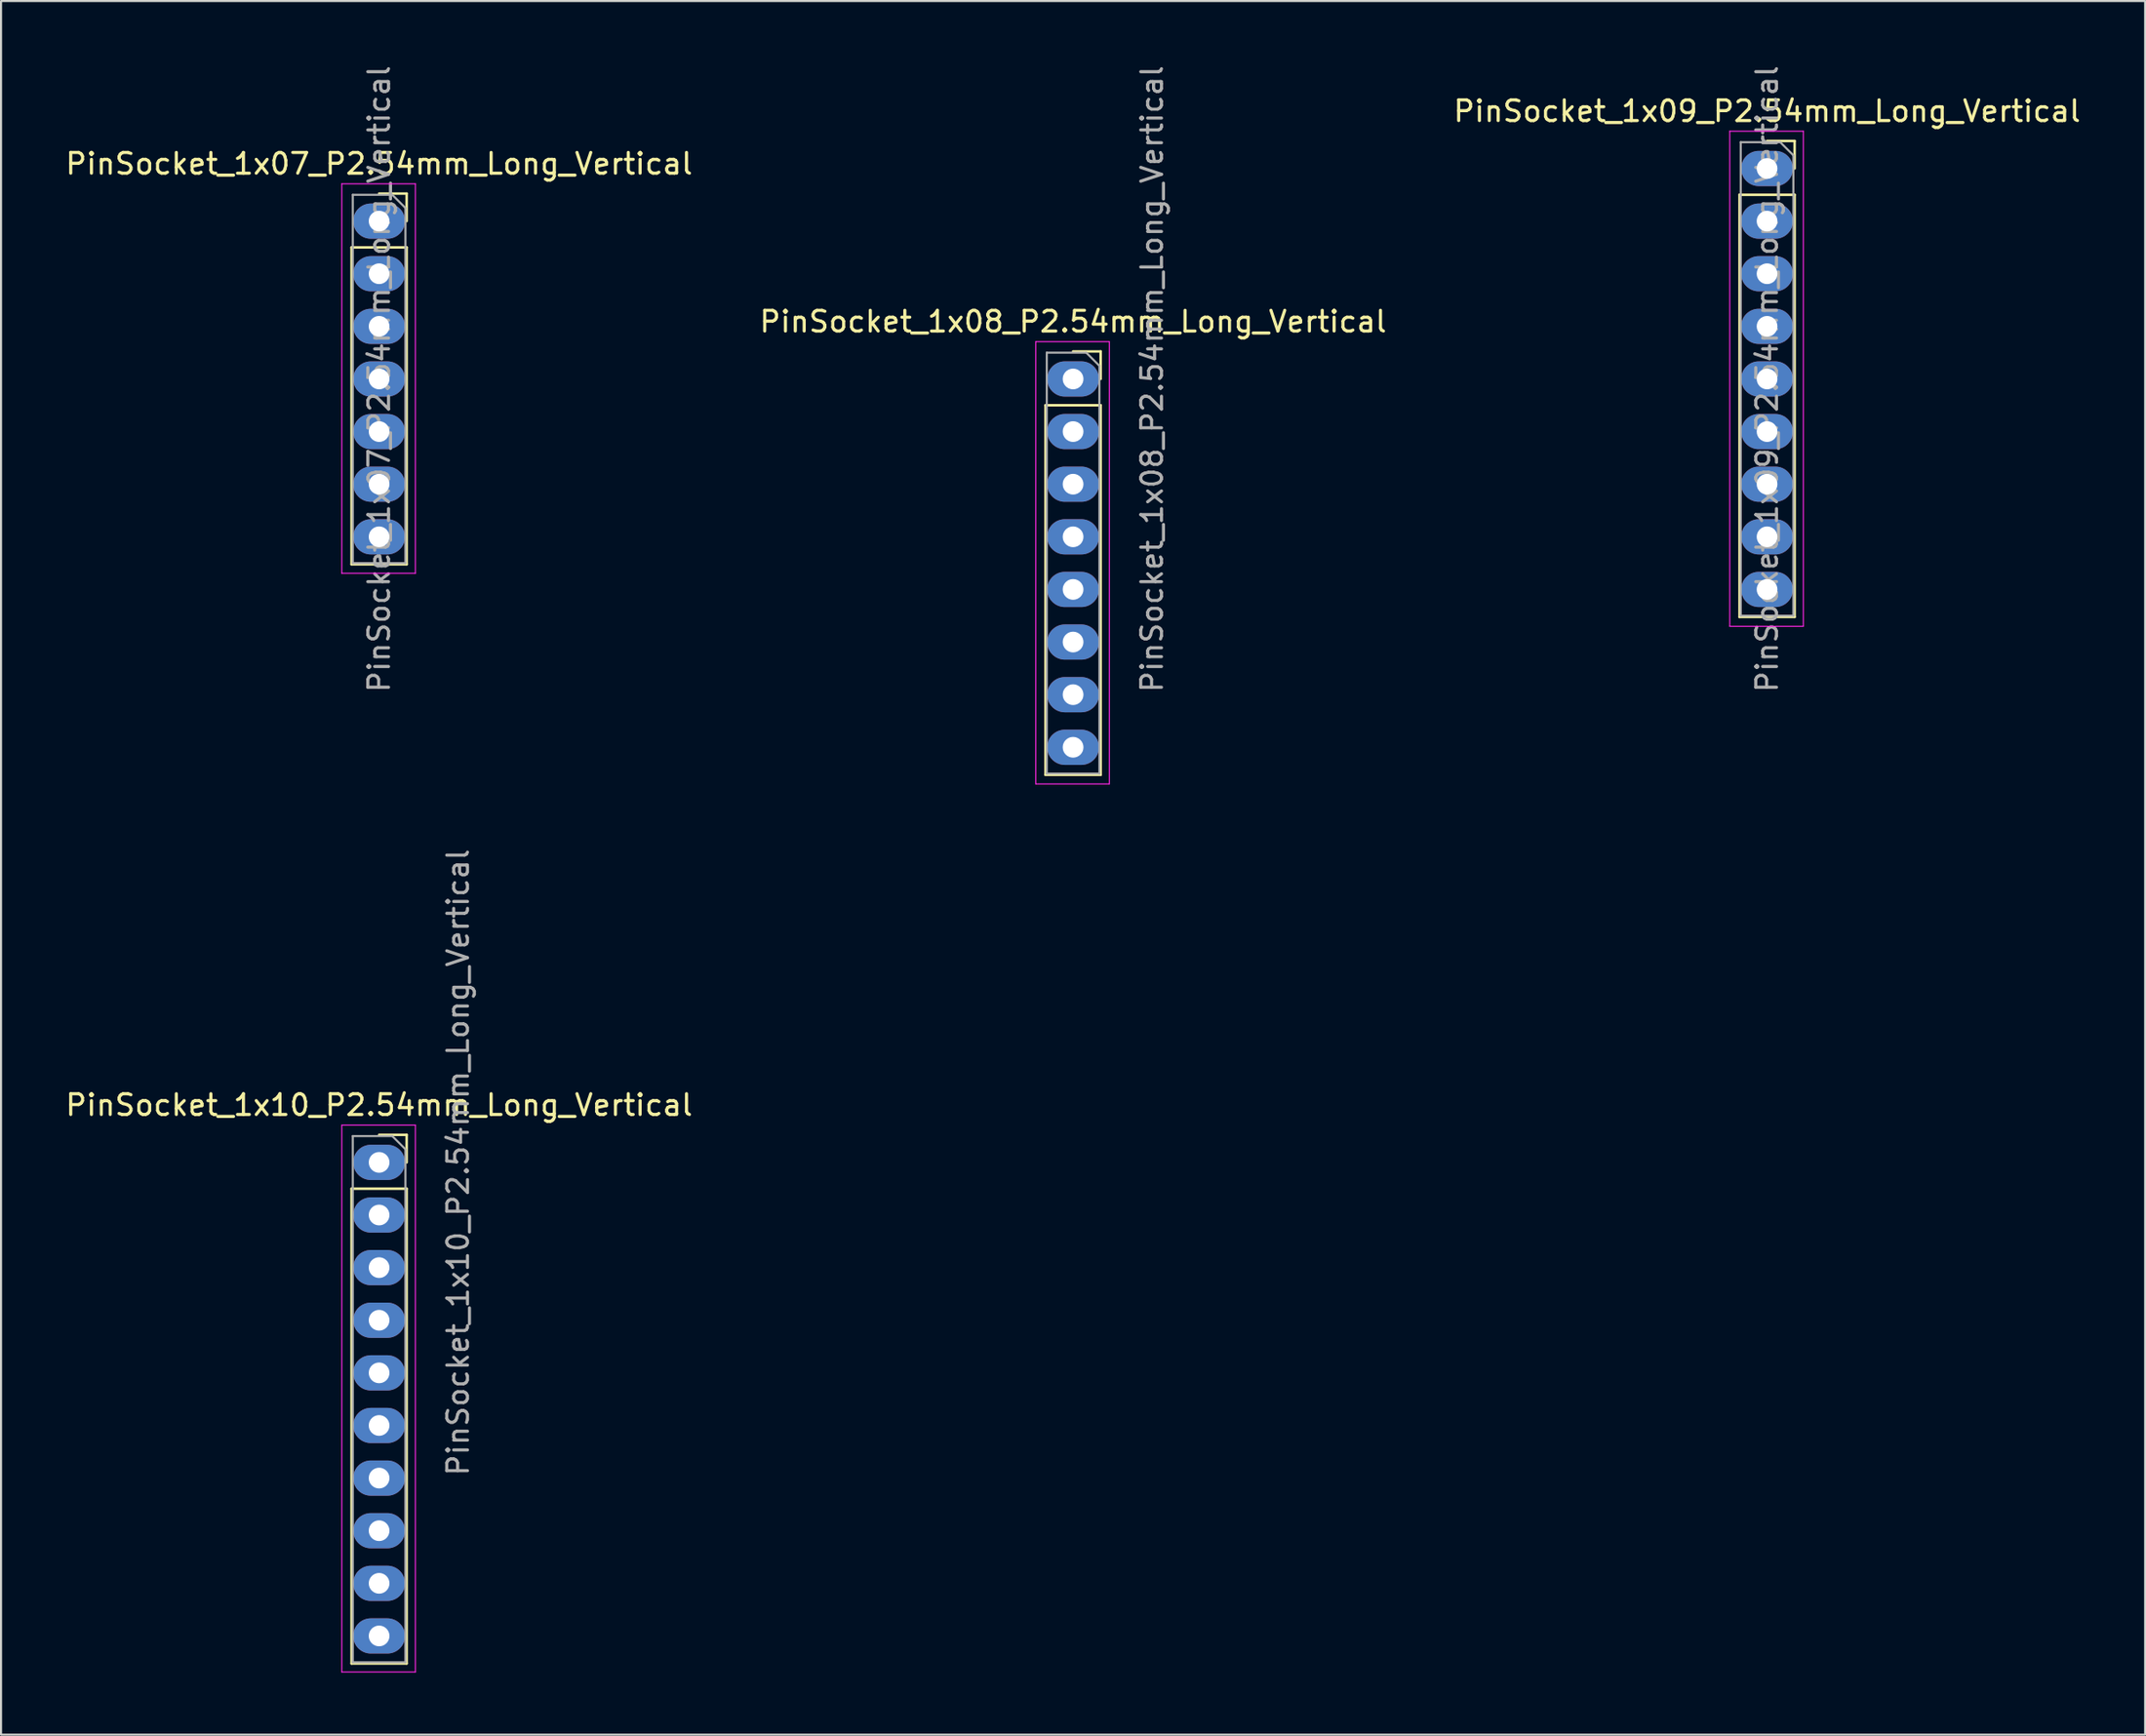
<source format=kicad_pcb>
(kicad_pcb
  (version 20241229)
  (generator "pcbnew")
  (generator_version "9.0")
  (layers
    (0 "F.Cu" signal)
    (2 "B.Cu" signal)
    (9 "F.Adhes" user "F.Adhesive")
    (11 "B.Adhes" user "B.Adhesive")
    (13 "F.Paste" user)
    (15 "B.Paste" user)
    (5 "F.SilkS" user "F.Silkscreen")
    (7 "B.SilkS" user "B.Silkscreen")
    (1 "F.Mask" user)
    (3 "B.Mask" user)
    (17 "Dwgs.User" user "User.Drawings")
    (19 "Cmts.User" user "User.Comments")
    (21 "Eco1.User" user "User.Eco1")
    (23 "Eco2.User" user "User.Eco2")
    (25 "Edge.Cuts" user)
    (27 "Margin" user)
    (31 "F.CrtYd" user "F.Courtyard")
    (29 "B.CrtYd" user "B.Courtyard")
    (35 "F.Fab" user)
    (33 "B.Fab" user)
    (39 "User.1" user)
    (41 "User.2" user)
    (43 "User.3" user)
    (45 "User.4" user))
  (footprint "PinSocket_1x08_P2.54mm_Long_Vertical"
    (layer "F.Cu")
    (at 48.732 15.244)
    (property "Reference" "PinSocket_1x08_P2.54mm_Long_Vertical" (at 0 -2.77 0) (layer "F.SilkS") (effects (font (size 1 1) (thickness 0.15))))
    (attr through_hole)
    (fp_line (start -1.33 1.27) (end -1.33 19.11) (stroke (width 0.12) (type solid)) (layer "F.SilkS"))
    (fp_line (start -1.33 1.27) (end 1.33 1.27) (stroke (width 0.12) (type solid)) (layer "F.SilkS"))
    (fp_line (start -1.33 19.11) (end 1.33 19.11) (stroke (width 0.12) (type solid)) (layer "F.SilkS"))
    (fp_line (start 0 -1.33) (end 1.33 -1.33) (stroke (width 0.12) (type solid)) (layer "F.SilkS"))
    (fp_line (start 1.33 -1.33) (end 1.33 0) (stroke (width 0.12) (type solid)) (layer "F.SilkS"))
    (fp_line (start 1.33 1.27) (end 1.33 19.11) (stroke (width 0.12) (type solid)) (layer "F.SilkS"))
    (fp_line (start -1.8 -1.8) (end 1.75 -1.8) (stroke (width 0.05) (type solid)) (layer "F.CrtYd"))
    (fp_line (start -1.8 19.55) (end -1.8 -1.8) (stroke (width 0.05) (type solid)) (layer "F.CrtYd"))
    (fp_line (start 1.75 -1.8) (end 1.75 19.55) (stroke (width 0.05) (type solid)) (layer "F.CrtYd"))
    (fp_line (start 1.75 19.55) (end -1.8 19.55) (stroke (width 0.05) (type solid)) (layer "F.CrtYd"))
    (fp_line (start -1.27 -1.27) (end 0.635 -1.27) (stroke (width 0.1) (type solid)) (layer "F.Fab"))
    (fp_line (start -1.27 19.05) (end -1.27 -1.27) (stroke (width 0.1) (type solid)) (layer "F.Fab"))
    (fp_line (start 0.635 -1.27) (end 1.27 -0.635) (stroke (width 0.1) (type solid)) (layer "F.Fab"))
    (fp_line (start 1.27 -0.635) (end 1.27 19.05) (stroke (width 0.1) (type solid)) (layer "F.Fab"))
    (fp_line (start 1.27 19.05) (end -1.27 19.05) (stroke (width 0.1) (type solid)) (layer "F.Fab"))
    (fp_text user "${REFERENCE}" (at 3.81 0 270) (layer "F.Fab") (effects (font (size 1 1) (thickness 0.15))))
    (pad "1" thru_hole oval (at 0 0) (size 2.5 1.7) (drill 1) (layers "*.Cu" "*.Mask"))
    (pad "2" thru_hole oval (at 0 2.54) (size 2.5 1.7) (drill 1) (layers "*.Cu" "*.Mask"))
    (pad "3" thru_hole oval (at 0 5.08) (size 2.5 1.7) (drill 1) (layers "*.Cu" "*.Mask"))
    (pad "4" thru_hole oval (at 0 7.62) (size 2.5 1.7) (drill 1) (layers "*.Cu" "*.Mask"))
    (pad "5" thru_hole oval (at 0 10.16) (size 2.5 1.7) (drill 1) (layers "*.Cu" "*.Mask"))
    (pad "6" thru_hole oval (at 0 12.7) (size 2.5 1.7) (drill 1) (layers "*.Cu" "*.Mask"))
    (pad "7" thru_hole oval (at 0 15.24) (size 2.5 1.7) (drill 1) (layers "*.Cu" "*.Mask"))
    (pad "8" thru_hole oval (at 0 17.78) (size 2.5 1.7) (drill 1) (layers "*.Cu" "*.Mask")))
  (footprint "PinSocket_1x09_P2.54mm_Long_Vertical"
    (layer "F.Cu")
    (at 82.22 5.084)
    (property "Reference" "PinSocket_1x09_P2.54mm_Long_Vertical" (at 0 -2.77 0) (layer "F.SilkS") (effects (font (size 1 1) (thickness 0.15))))
    (attr through_hole)
    (fp_line (start -1.33 1.27) (end -1.33 21.65) (stroke (width 0.12) (type solid)) (layer "F.SilkS"))
    (fp_line (start -1.33 1.27) (end 1.33 1.27) (stroke (width 0.12) (type solid)) (layer "F.SilkS"))
    (fp_line (start -1.33 21.65) (end 1.33 21.65) (stroke (width 0.12) (type solid)) (layer "F.SilkS"))
    (fp_line (start 0 -1.33) (end 1.33 -1.33) (stroke (width 0.12) (type solid)) (layer "F.SilkS"))
    (fp_line (start 1.33 -1.33) (end 1.33 0) (stroke (width 0.12) (type solid)) (layer "F.SilkS"))
    (fp_line (start 1.33 1.27) (end 1.33 21.65) (stroke (width 0.12) (type solid)) (layer "F.SilkS"))
    (fp_line (start -1.8 -1.8) (end 1.75 -1.8) (stroke (width 0.05) (type solid)) (layer "F.CrtYd"))
    (fp_line (start -1.8 22.1) (end -1.8 -1.8) (stroke (width 0.05) (type solid)) (layer "F.CrtYd"))
    (fp_line (start 1.75 -1.8) (end 1.75 22.1) (stroke (width 0.05) (type solid)) (layer "F.CrtYd"))
    (fp_line (start 1.75 22.1) (end -1.8 22.1) (stroke (width 0.05) (type solid)) (layer "F.CrtYd"))
    (fp_line (start -1.27 -1.27) (end 0.635 -1.27) (stroke (width 0.1) (type solid)) (layer "F.Fab"))
    (fp_line (start -1.27 21.59) (end -1.27 -1.27) (stroke (width 0.1) (type solid)) (layer "F.Fab"))
    (fp_line (start 0.635 -1.27) (end 1.27 -0.635) (stroke (width 0.1) (type solid)) (layer "F.Fab"))
    (fp_line (start 1.27 -0.635) (end 1.27 21.59) (stroke (width 0.1) (type solid)) (layer "F.Fab"))
    (fp_line (start 1.27 21.59) (end -1.27 21.59) (stroke (width 0.1) (type solid)) (layer "F.Fab"))
    (fp_text user "${REFERENCE}" (at 0 10.16 90) (layer "F.Fab") (effects (font (size 1 1) (thickness 0.15))))
    (pad "1" thru_hole oval (at 0 0) (size 2.5 1.7) (drill 1) (layers "*.Cu" "*.Mask"))
    (pad "2" thru_hole oval (at 0 2.54) (size 2.5 1.7) (drill 1) (layers "*.Cu" "*.Mask"))
    (pad "3" thru_hole oval (at 0 5.08) (size 2.5 1.7) (drill 1) (layers "*.Cu" "*.Mask"))
    (pad "4" thru_hole oval (at 0 7.62) (size 2.5 1.7) (drill 1) (layers "*.Cu" "*.Mask"))
    (pad "5" thru_hole oval (at 0 10.16) (size 2.5 1.7) (drill 1) (layers "*.Cu" "*.Mask"))
    (pad "6" thru_hole oval (at 0 12.7) (size 2.5 1.7) (drill 1) (layers "*.Cu" "*.Mask"))
    (pad "7" thru_hole oval (at 0 15.24) (size 2.5 1.7) (drill 1) (layers "*.Cu" "*.Mask"))
    (pad "8" thru_hole oval (at 0 17.78) (size 2.5 1.7) (drill 1) (layers "*.Cu" "*.Mask"))
    (pad "9" thru_hole oval (at 0 20.32) (size 2.5 1.7) (drill 1) (layers "*.Cu" "*.Mask")))
  (footprint "PinSocket_1x10_P2.54mm_Long_Vertical"
    (layer "F.Cu")
    (at 15.244 53.063)
    (property "Reference" "PinSocket_1x10_P2.54mm_Long_Vertical" (at 0 -2.77 0) (layer "F.SilkS") (effects (font (size 1 1) (thickness 0.15))))
    (attr through_hole)
    (fp_line (start -1.33 1.27) (end -1.33 24.19) (stroke (width 0.12) (type solid)) (layer "F.SilkS"))
    (fp_line (start -1.33 1.27) (end 1.33 1.27) (stroke (width 0.12) (type solid)) (layer "F.SilkS"))
    (fp_line (start -1.33 24.19) (end 1.33 24.19) (stroke (width 0.12) (type solid)) (layer "F.SilkS"))
    (fp_line (start 0 -1.33) (end 1.33 -1.33) (stroke (width 0.12) (type solid)) (layer "F.SilkS"))
    (fp_line (start 1.33 -1.33) (end 1.33 0) (stroke (width 0.12) (type solid)) (layer "F.SilkS"))
    (fp_line (start 1.33 1.27) (end 1.33 24.19) (stroke (width 0.12) (type solid)) (layer "F.SilkS"))
    (fp_line (start -1.8 -1.8) (end 1.75 -1.8) (stroke (width 0.05) (type solid)) (layer "F.CrtYd"))
    (fp_line (start -1.8 24.6) (end -1.8 -1.8) (stroke (width 0.05) (type solid)) (layer "F.CrtYd"))
    (fp_line (start 1.75 -1.8) (end 1.75 24.6) (stroke (width 0.05) (type solid)) (layer "F.CrtYd"))
    (fp_line (start 1.75 24.6) (end -1.8 24.6) (stroke (width 0.05) (type solid)) (layer "F.CrtYd"))
    (fp_line (start -1.27 -1.27) (end 0.635 -1.27) (stroke (width 0.1) (type solid)) (layer "F.Fab"))
    (fp_line (start -1.27 24.13) (end -1.27 -1.27) (stroke (width 0.1) (type solid)) (layer "F.Fab"))
    (fp_line (start 0.635 -1.27) (end 1.27 -0.635) (stroke (width 0.1) (type solid)) (layer "F.Fab"))
    (fp_line (start 1.27 -0.635) (end 1.27 24.13) (stroke (width 0.1) (type solid)) (layer "F.Fab"))
    (fp_line (start 1.27 24.13) (end -1.27 24.13) (stroke (width 0.1) (type solid)) (layer "F.Fab"))
    (fp_text user "${REFERENCE}" (at 3.81 0 270) (layer "F.Fab") (effects (font (size 1 1) (thickness 0.15))))
    (pad "1" thru_hole oval (at 0 0) (size 2.5 1.7) (drill 1) (layers "*.Cu" "*.Mask"))
    (pad "2" thru_hole oval (at 0 2.54) (size 2.5 1.7) (drill 1) (layers "*.Cu" "*.Mask"))
    (pad "3" thru_hole oval (at 0 5.08) (size 2.5 1.7) (drill 1) (layers "*.Cu" "*.Mask"))
    (pad "4" thru_hole oval (at 0 7.62) (size 2.5 1.7) (drill 1) (layers "*.Cu" "*.Mask"))
    (pad "5" thru_hole oval (at 0 10.16) (size 2.5 1.7) (drill 1) (layers "*.Cu" "*.Mask"))
    (pad "6" thru_hole oval (at 0 12.7) (size 2.5 1.7) (drill 1) (layers "*.Cu" "*.Mask"))
    (pad "7" thru_hole oval (at 0 15.24) (size 2.5 1.7) (drill 1) (layers "*.Cu" "*.Mask"))
    (pad "8" thru_hole oval (at 0 17.78) (size 2.5 1.7) (drill 1) (layers "*.Cu" "*.Mask"))
    (pad "9" thru_hole oval (at 0 20.32) (size 2.5 1.7) (drill 1) (layers "*.Cu" "*.Mask"))
    (pad "10" thru_hole oval (at 0 22.86) (size 2.5 1.7) (drill 1) (layers "*.Cu" "*.Mask")))
  (footprint "PinSocket_1x07_P2.54mm_Long_Vertical"
    (layer "F.Cu")
    (at 15.244 7.624)
    (property "Reference" "PinSocket_1x07_P2.54mm_Long_Vertical" (at 0 -2.77 0) (layer "F.SilkS") (effects (font (size 1 1) (thickness 0.15))))
    (attr through_hole)
    (fp_line (start -1.33 1.27) (end -1.33 16.57) (stroke (width 0.12) (type solid)) (layer "F.SilkS"))
    (fp_line (start -1.33 1.27) (end 1.33 1.27) (stroke (width 0.12) (type solid)) (layer "F.SilkS"))
    (fp_line (start -1.33 16.57) (end 1.33 16.57) (stroke (width 0.12) (type solid)) (layer "F.SilkS"))
    (fp_line (start 0 -1.33) (end 1.33 -1.33) (stroke (width 0.12) (type solid)) (layer "F.SilkS"))
    (fp_line (start 1.33 -1.33) (end 1.33 0) (stroke (width 0.12) (type solid)) (layer "F.SilkS"))
    (fp_line (start 1.33 1.27) (end 1.33 16.57) (stroke (width 0.12) (type solid)) (layer "F.SilkS"))
    (fp_line (start -1.8 -1.8) (end 1.75 -1.8) (stroke (width 0.05) (type solid)) (layer "F.CrtYd"))
    (fp_line (start -1.8 17) (end -1.8 -1.8) (stroke (width 0.05) (type solid)) (layer "F.CrtYd"))
    (fp_line (start 1.75 -1.8) (end 1.75 17) (stroke (width 0.05) (type solid)) (layer "F.CrtYd"))
    (fp_line (start 1.75 17) (end -1.8 17) (stroke (width 0.05) (type solid)) (layer "F.CrtYd"))
    (fp_line (start -1.27 -1.27) (end 0.635 -1.27) (stroke (width 0.1) (type solid)) (layer "F.Fab"))
    (fp_line (start -1.27 16.51) (end -1.27 -1.27) (stroke (width 0.1) (type solid)) (layer "F.Fab"))
    (fp_line (start 0.635 -1.27) (end 1.27 -0.635) (stroke (width 0.1) (type solid)) (layer "F.Fab"))
    (fp_line (start 1.27 -0.635) (end 1.27 16.51) (stroke (width 0.1) (type solid)) (layer "F.Fab"))
    (fp_line (start 1.27 16.51) (end -1.27 16.51) (stroke (width 0.1) (type solid)) (layer "F.Fab"))
    (fp_text user "${REFERENCE}" (at 0 7.62 90) (layer "F.Fab") (effects (font (size 1 1) (thickness 0.15))))
    (pad "1" thru_hole oval (at 0 0) (size 2.5 1.7) (drill 1) (layers "*.Cu" "*.Mask"))
    (pad "2" thru_hole oval (at 0 2.54) (size 2.5 1.7) (drill 1) (layers "*.Cu" "*.Mask"))
    (pad "3" thru_hole oval (at 0 5.08) (size 2.5 1.7) (drill 1) (layers "*.Cu" "*.Mask"))
    (pad "4" thru_hole oval (at 0 7.62) (size 2.5 1.7) (drill 1) (layers "*.Cu" "*.Mask"))
    (pad "5" thru_hole oval (at 0 10.16) (size 2.5 1.7) (drill 1) (layers "*.Cu" "*.Mask"))
    (pad "6" thru_hole oval (at 0 12.7) (size 2.5 1.7) (drill 1) (layers "*.Cu" "*.Mask"))
    (pad "7" thru_hole oval (at 0 15.24) (size 2.5 1.7) (drill 1) (layers "*.Cu" "*.Mask")))
  (gr_rect
    (start -3 -3)
    (end 100.464 80.688)
    (stroke (width 0.1) (type default))
    (fill no)
    (layer "Edge.Cuts")))
</source>
